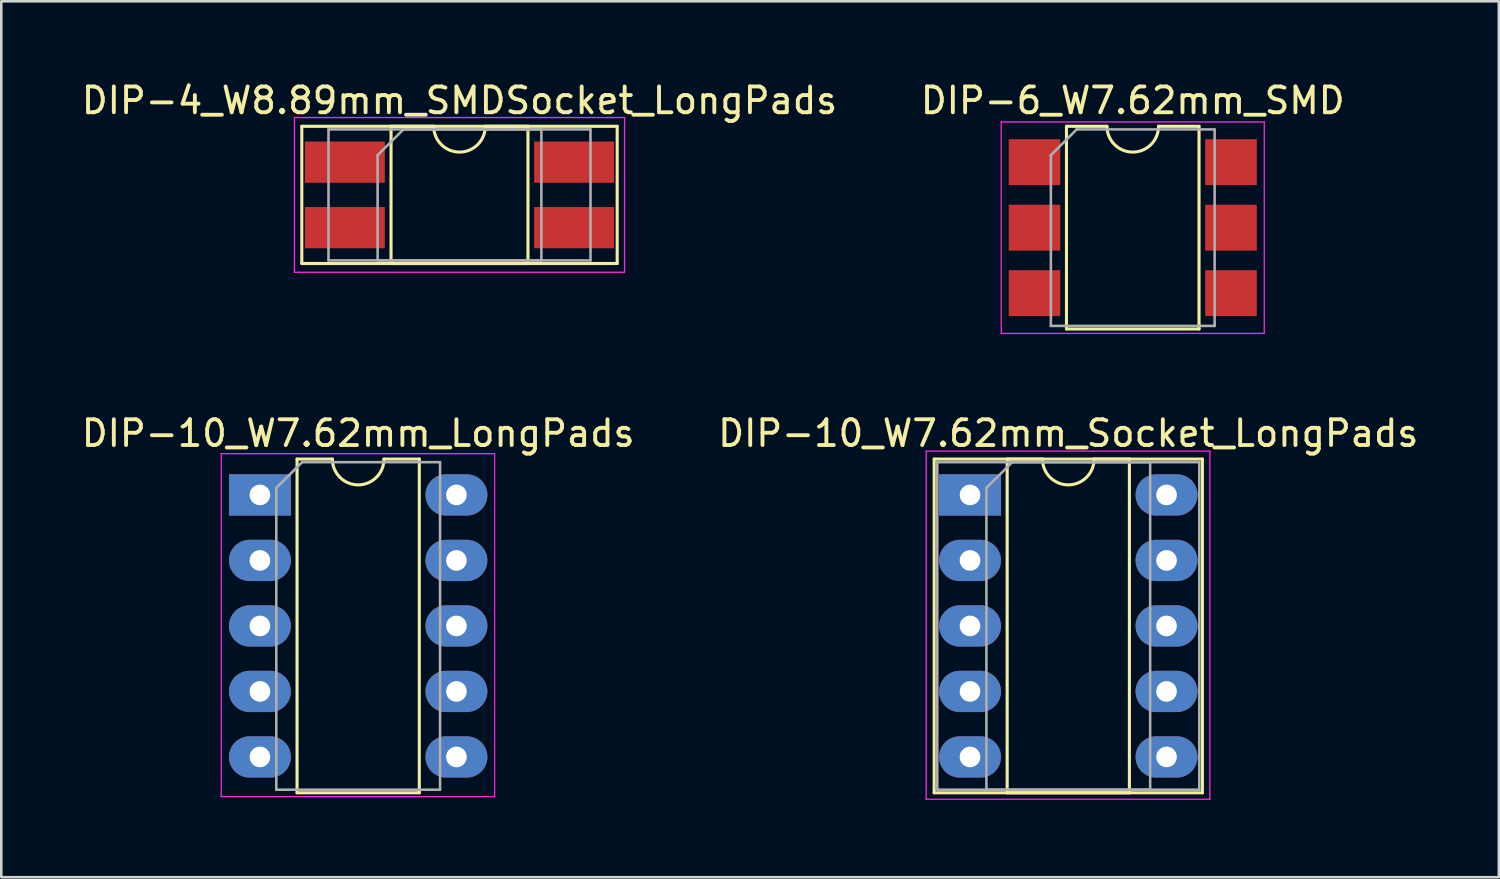
<source format=kicad_pcb>
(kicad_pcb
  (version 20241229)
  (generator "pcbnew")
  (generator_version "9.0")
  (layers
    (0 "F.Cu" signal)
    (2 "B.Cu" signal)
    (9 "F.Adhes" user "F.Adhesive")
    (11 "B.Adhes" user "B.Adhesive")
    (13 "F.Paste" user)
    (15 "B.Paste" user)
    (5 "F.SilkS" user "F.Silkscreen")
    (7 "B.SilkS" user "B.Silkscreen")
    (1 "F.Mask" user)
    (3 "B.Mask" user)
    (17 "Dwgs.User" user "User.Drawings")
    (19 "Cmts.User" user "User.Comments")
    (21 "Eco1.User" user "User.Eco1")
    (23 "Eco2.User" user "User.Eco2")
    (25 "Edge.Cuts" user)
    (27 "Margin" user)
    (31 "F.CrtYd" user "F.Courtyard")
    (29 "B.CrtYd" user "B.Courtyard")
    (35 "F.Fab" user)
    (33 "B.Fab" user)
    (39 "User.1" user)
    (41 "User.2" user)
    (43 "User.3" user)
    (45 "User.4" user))
  (footprint "DIP-4_W8.89mm_SMDSocket_LongPads"
    (layer "F.Cu")
    (at 14.768 4.508)
    (property "Reference" "DIP-4_W8.89mm_SMDSocket_LongPads" (at 0 -3.66 0) (layer "F.SilkS") (effects (font (size 1 1) (thickness 0.15))))
    (attr smd)
    (fp_line (start -6.115 -2.66) (end -6.115 2.66) (stroke (width 0.12) (type solid)) (layer "F.SilkS"))
    (fp_line (start -6.115 2.66) (end 6.115 2.66) (stroke (width 0.12) (type solid)) (layer "F.SilkS"))
    (fp_line (start -2.655 -2.66) (end -2.655 2.66) (stroke (width 0.12) (type solid)) (layer "F.SilkS"))
    (fp_line (start -2.655 2.66) (end 2.655 2.66) (stroke (width 0.12) (type solid)) (layer "F.SilkS"))
    (fp_line (start -1 -2.66) (end -2.655 -2.66) (stroke (width 0.12) (type solid)) (layer "F.SilkS"))
    (fp_line (start 2.655 -2.66) (end 1 -2.66) (stroke (width 0.12) (type solid)) (layer "F.SilkS"))
    (fp_line (start 2.655 2.66) (end 2.655 -2.66) (stroke (width 0.12) (type solid)) (layer "F.SilkS"))
    (fp_line (start 6.115 -2.66) (end -6.115 -2.66) (stroke (width 0.12) (type solid)) (layer "F.SilkS"))
    (fp_line (start 6.115 2.66) (end 6.115 -2.66) (stroke (width 0.12) (type solid)) (layer "F.SilkS"))
    (fp_arc (start 1 -2.66) (mid 0 -1.66) (end -1 -2.66) (stroke (width 0.12) (type solid)) (layer "F.SilkS"))
    (fp_line (start -6.4 -3) (end -6.4 3) (stroke (width 0.05) (type solid)) (layer "F.CrtYd"))
    (fp_line (start -6.4 3) (end 6.4 3) (stroke (width 0.05) (type solid)) (layer "F.CrtYd"))
    (fp_line (start 6.4 -3) (end -6.4 -3) (stroke (width 0.05) (type solid)) (layer "F.CrtYd"))
    (fp_line (start 6.4 3) (end 6.4 -3) (stroke (width 0.05) (type solid)) (layer "F.CrtYd"))
    (fp_line (start -5.08 -2.54) (end -5.08 2.54) (stroke (width 0.1) (type solid)) (layer "F.Fab"))
    (fp_line (start -5.08 2.54) (end 5.08 2.54) (stroke (width 0.1) (type solid)) (layer "F.Fab"))
    (fp_line (start -3.175 -1.54) (end -2.175 -2.54) (stroke (width 0.1) (type solid)) (layer "F.Fab"))
    (fp_line (start -3.175 2.54) (end -3.175 -1.54) (stroke (width 0.1) (type solid)) (layer "F.Fab"))
    (fp_line (start -2.175 -2.54) (end 3.175 -2.54) (stroke (width 0.1) (type solid)) (layer "F.Fab"))
    (fp_line (start 3.175 -2.54) (end 3.175 2.54) (stroke (width 0.1) (type solid)) (layer "F.Fab"))
    (fp_line (start 3.175 2.54) (end -3.175 2.54) (stroke (width 0.1) (type solid)) (layer "F.Fab"))
    (fp_line (start 5.08 -2.54) (end -5.08 -2.54) (stroke (width 0.1) (type solid)) (layer "F.Fab"))
    (fp_line (start 5.08 2.54) (end 5.08 -2.54) (stroke (width 0.1) (type solid)) (layer "F.Fab"))
    (pad "1" smd rect (at -4.445 -1.27) (size 3.1 1.6) (layers "F.Cu" "F.Mask"))
    (pad "2" smd rect (at -4.445 1.27) (size 3.1 1.6) (layers "F.Cu" "F.Mask"))
    (pad "3" smd rect (at 4.445 1.27) (size 3.1 1.6) (layers "F.Cu" "F.Mask"))
    (pad "4" smd rect (at 4.445 -1.27) (size 3.1 1.6) (layers "F.Cu" "F.Mask")))
  (footprint "DIP-6_W7.62mm_SMD"
    (layer "F.Cu")
    (at 40.875 5.778)
    (property "Reference" "DIP-6_W7.62mm_SMD" (at 0 -4.93 0) (layer "F.SilkS") (effects (font (size 1 1) (thickness 0.15))))
    (attr smd)
    (fp_line (start -2.57 -3.93) (end -2.57 3.93) (stroke (width 0.12) (type solid)) (layer "F.SilkS"))
    (fp_line (start -2.57 3.93) (end 2.57 3.93) (stroke (width 0.12) (type solid)) (layer "F.SilkS"))
    (fp_line (start -1 -3.93) (end -2.57 -3.93) (stroke (width 0.12) (type solid)) (layer "F.SilkS"))
    (fp_line (start 2.57 -3.93) (end 1 -3.93) (stroke (width 0.12) (type solid)) (layer "F.SilkS"))
    (fp_line (start 2.57 3.93) (end 2.57 -3.93) (stroke (width 0.12) (type solid)) (layer "F.SilkS"))
    (fp_arc (start 1 -3.93) (mid 0 -2.93) (end -1 -3.93) (stroke (width 0.12) (type solid)) (layer "F.SilkS"))
    (fp_line (start -5.1 -4.1) (end -5.1 4.1) (stroke (width 0.05) (type solid)) (layer "F.CrtYd"))
    (fp_line (start -5.1 4.1) (end 5.1 4.1) (stroke (width 0.05) (type solid)) (layer "F.CrtYd"))
    (fp_line (start 5.1 -4.1) (end -5.1 -4.1) (stroke (width 0.05) (type solid)) (layer "F.CrtYd"))
    (fp_line (start 5.1 4.1) (end 5.1 -4.1) (stroke (width 0.05) (type solid)) (layer "F.CrtYd"))
    (fp_line (start -3.175 -2.81) (end -2.175 -3.81) (stroke (width 0.1) (type solid)) (layer "F.Fab"))
    (fp_line (start -3.175 3.81) (end -3.175 -2.81) (stroke (width 0.1) (type solid)) (layer "F.Fab"))
    (fp_line (start -2.175 -3.81) (end 3.175 -3.81) (stroke (width 0.1) (type solid)) (layer "F.Fab"))
    (fp_line (start 3.175 -3.81) (end 3.175 3.81) (stroke (width 0.1) (type solid)) (layer "F.Fab"))
    (fp_line (start 3.175 3.81) (end -3.175 3.81) (stroke (width 0.1) (type solid)) (layer "F.Fab"))
    (pad "1" smd rect (at -3.81 -2.54) (size 2 1.78) (layers "F.Cu" "F.Mask"))
    (pad "2" smd rect (at -3.81 0) (size 2 1.78) (layers "F.Cu" "F.Mask"))
    (pad "3" smd rect (at -3.81 2.54) (size 2 1.78) (layers "F.Cu" "F.Mask"))
    (pad "4" smd rect (at 3.81 2.54) (size 2 1.78) (layers "F.Cu" "F.Mask"))
    (pad "5" smd rect (at 3.81 0) (size 2 1.78) (layers "F.Cu" "F.Mask"))
    (pad "6" smd rect (at 3.81 -2.54) (size 2 1.78) (layers "F.Cu" "F.Mask")))
  (footprint "DIP-10_W7.62mm_Socket_LongPads"
    (layer "F.Cu")
    (at 34.565 16.142)
    (property "Reference" "DIP-10_W7.62mm_Socket_LongPads" (at 3.81 -2.39 0) (layer "F.SilkS") (effects (font (size 1 1) (thickness 0.15))))
    (attr through_hole)
    (fp_line (start -1.39 -1.39) (end -1.39 11.55) (stroke (width 0.12) (type solid)) (layer "F.SilkS"))
    (fp_line (start -1.39 11.55) (end 9.01 11.55) (stroke (width 0.12) (type solid)) (layer "F.SilkS"))
    (fp_line (start 1.44 -1.39) (end 1.44 11.55) (stroke (width 0.12) (type solid)) (layer "F.SilkS"))
    (fp_line (start 1.44 11.55) (end 6.18 11.55) (stroke (width 0.12) (type solid)) (layer "F.SilkS"))
    (fp_line (start 2.81 -1.39) (end 1.44 -1.39) (stroke (width 0.12) (type solid)) (layer "F.SilkS"))
    (fp_line (start 6.18 -1.39) (end 4.81 -1.39) (stroke (width 0.12) (type solid)) (layer "F.SilkS"))
    (fp_line (start 6.18 11.55) (end 6.18 -1.39) (stroke (width 0.12) (type solid)) (layer "F.SilkS"))
    (fp_line (start 9.01 -1.39) (end -1.39 -1.39) (stroke (width 0.12) (type solid)) (layer "F.SilkS"))
    (fp_line (start 9.01 11.55) (end 9.01 -1.39) (stroke (width 0.12) (type solid)) (layer "F.SilkS"))
    (fp_arc (start 4.81 -1.39) (mid 3.81 -0.39) (end 2.81 -1.39) (stroke (width 0.12) (type solid)) (layer "F.SilkS"))
    (fp_line (start -1.7 -1.7) (end -1.7 11.8) (stroke (width 0.05) (type solid)) (layer "F.CrtYd"))
    (fp_line (start -1.7 11.8) (end 9.3 11.8) (stroke (width 0.05) (type solid)) (layer "F.CrtYd"))
    (fp_line (start 9.3 -1.7) (end -1.7 -1.7) (stroke (width 0.05) (type solid)) (layer "F.CrtYd"))
    (fp_line (start 9.3 11.8) (end 9.3 -1.7) (stroke (width 0.05) (type solid)) (layer "F.CrtYd"))
    (fp_line (start -1.27 -1.27) (end -1.27 11.43) (stroke (width 0.1) (type solid)) (layer "F.Fab"))
    (fp_line (start -1.27 11.43) (end 8.89 11.43) (stroke (width 0.1) (type solid)) (layer "F.Fab"))
    (fp_line (start 0.635 -0.27) (end 1.635 -1.27) (stroke (width 0.1) (type solid)) (layer "F.Fab"))
    (fp_line (start 0.635 11.43) (end 0.635 -0.27) (stroke (width 0.1) (type solid)) (layer "F.Fab"))
    (fp_line (start 1.635 -1.27) (end 6.985 -1.27) (stroke (width 0.1) (type solid)) (layer "F.Fab"))
    (fp_line (start 6.985 -1.27) (end 6.985 11.43) (stroke (width 0.1) (type solid)) (layer "F.Fab"))
    (fp_line (start 6.985 11.43) (end 0.635 11.43) (stroke (width 0.1) (type solid)) (layer "F.Fab"))
    (fp_line (start 8.89 -1.27) (end -1.27 -1.27) (stroke (width 0.1) (type solid)) (layer "F.Fab"))
    (fp_line (start 8.89 11.43) (end 8.89 -1.27) (stroke (width 0.1) (type solid)) (layer "F.Fab"))
    (pad "1" thru_hole rect (at 0 0) (size 2.4 1.6) (drill 0.8) (layers "*.Cu" "*.Mask"))
    (pad "2" thru_hole oval (at 0 2.54) (size 2.4 1.6) (drill 0.8) (layers "*.Cu" "*.Mask"))
    (pad "3" thru_hole oval (at 0 5.08) (size 2.4 1.6) (drill 0.8) (layers "*.Cu" "*.Mask"))
    (pad "4" thru_hole oval (at 0 7.62) (size 2.4 1.6) (drill 0.8) (layers "*.Cu" "*.Mask"))
    (pad "5" thru_hole oval (at 0 10.16) (size 2.4 1.6) (drill 0.8) (layers "*.Cu" "*.Mask"))
    (pad "6" thru_hole oval (at 7.62 10.16) (size 2.4 1.6) (drill 0.8) (layers "*.Cu" "*.Mask"))
    (pad "7" thru_hole oval (at 7.62 7.62) (size 2.4 1.6) (drill 0.8) (layers "*.Cu" "*.Mask"))
    (pad "8" thru_hole oval (at 7.62 5.08) (size 2.4 1.6) (drill 0.8) (layers "*.Cu" "*.Mask"))
    (pad "9" thru_hole oval (at 7.62 2.54) (size 2.4 1.6) (drill 0.8) (layers "*.Cu" "*.Mask"))
    (pad "10" thru_hole oval (at 7.62 0) (size 2.4 1.6) (drill 0.8) (layers "*.Cu" "*.Mask")))
  (footprint "DIP-10_W7.62mm_LongPads"
    (layer "F.Cu")
    (at 7.029 16.142)
    (property "Reference" "DIP-10_W7.62mm_LongPads" (at 3.81 -2.39 0) (layer "F.SilkS") (effects (font (size 1 1) (thickness 0.15))))
    (attr through_hole)
    (fp_line (start 1.44 -1.39) (end 1.44 11.55) (stroke (width 0.12) (type solid)) (layer "F.SilkS"))
    (fp_line (start 1.44 11.55) (end 6.18 11.55) (stroke (width 0.12) (type solid)) (layer "F.SilkS"))
    (fp_line (start 2.81 -1.39) (end 1.44 -1.39) (stroke (width 0.12) (type solid)) (layer "F.SilkS"))
    (fp_line (start 6.18 -1.39) (end 4.81 -1.39) (stroke (width 0.12) (type solid)) (layer "F.SilkS"))
    (fp_line (start 6.18 11.55) (end 6.18 -1.39) (stroke (width 0.12) (type solid)) (layer "F.SilkS"))
    (fp_arc (start 4.81 -1.39) (mid 3.81 -0.39) (end 2.81 -1.39) (stroke (width 0.12) (type solid)) (layer "F.SilkS"))
    (fp_line (start -1.5 -1.6) (end -1.5 11.7) (stroke (width 0.05) (type solid)) (layer "F.CrtYd"))
    (fp_line (start -1.5 11.7) (end 9.1 11.7) (stroke (width 0.05) (type solid)) (layer "F.CrtYd"))
    (fp_line (start 9.1 -1.6) (end -1.5 -1.6) (stroke (width 0.05) (type solid)) (layer "F.CrtYd"))
    (fp_line (start 9.1 11.7) (end 9.1 -1.6) (stroke (width 0.05) (type solid)) (layer "F.CrtYd"))
    (fp_line (start 0.635 -0.27) (end 1.635 -1.27) (stroke (width 0.1) (type solid)) (layer "F.Fab"))
    (fp_line (start 0.635 11.43) (end 0.635 -0.27) (stroke (width 0.1) (type solid)) (layer "F.Fab"))
    (fp_line (start 1.635 -1.27) (end 6.985 -1.27) (stroke (width 0.1) (type solid)) (layer "F.Fab"))
    (fp_line (start 6.985 -1.27) (end 6.985 11.43) (stroke (width 0.1) (type solid)) (layer "F.Fab"))
    (fp_line (start 6.985 11.43) (end 0.635 11.43) (stroke (width 0.1) (type solid)) (layer "F.Fab"))
    (pad "1" thru_hole rect (at 0 0) (size 2.4 1.6) (drill 0.8) (layers "*.Cu" "*.Mask"))
    (pad "2" thru_hole oval (at 0 2.54) (size 2.4 1.6) (drill 0.8) (layers "*.Cu" "*.Mask"))
    (pad "3" thru_hole oval (at 0 5.08) (size 2.4 1.6) (drill 0.8) (layers "*.Cu" "*.Mask"))
    (pad "4" thru_hole oval (at 0 7.62) (size 2.4 1.6) (drill 0.8) (layers "*.Cu" "*.Mask"))
    (pad "5" thru_hole oval (at 0 10.16) (size 2.4 1.6) (drill 0.8) (layers "*.Cu" "*.Mask"))
    (pad "6" thru_hole oval (at 7.62 10.16) (size 2.4 1.6) (drill 0.8) (layers "*.Cu" "*.Mask"))
    (pad "7" thru_hole oval (at 7.62 7.62) (size 2.4 1.6) (drill 0.8) (layers "*.Cu" "*.Mask"))
    (pad "8" thru_hole oval (at 7.62 5.08) (size 2.4 1.6) (drill 0.8) (layers "*.Cu" "*.Mask"))
    (pad "9" thru_hole oval (at 7.62 2.54) (size 2.4 1.6) (drill 0.8) (layers "*.Cu" "*.Mask"))
    (pad "10" thru_hole oval (at 7.62 0) (size 2.4 1.6) (drill 0.8) (layers "*.Cu" "*.Mask")))
  (gr_rect
    (start -3 -3)
    (end 55.071 30.966)
    (stroke (width 0.1) (type default))
    (fill no)
    (layer "Edge.Cuts")))
</source>
